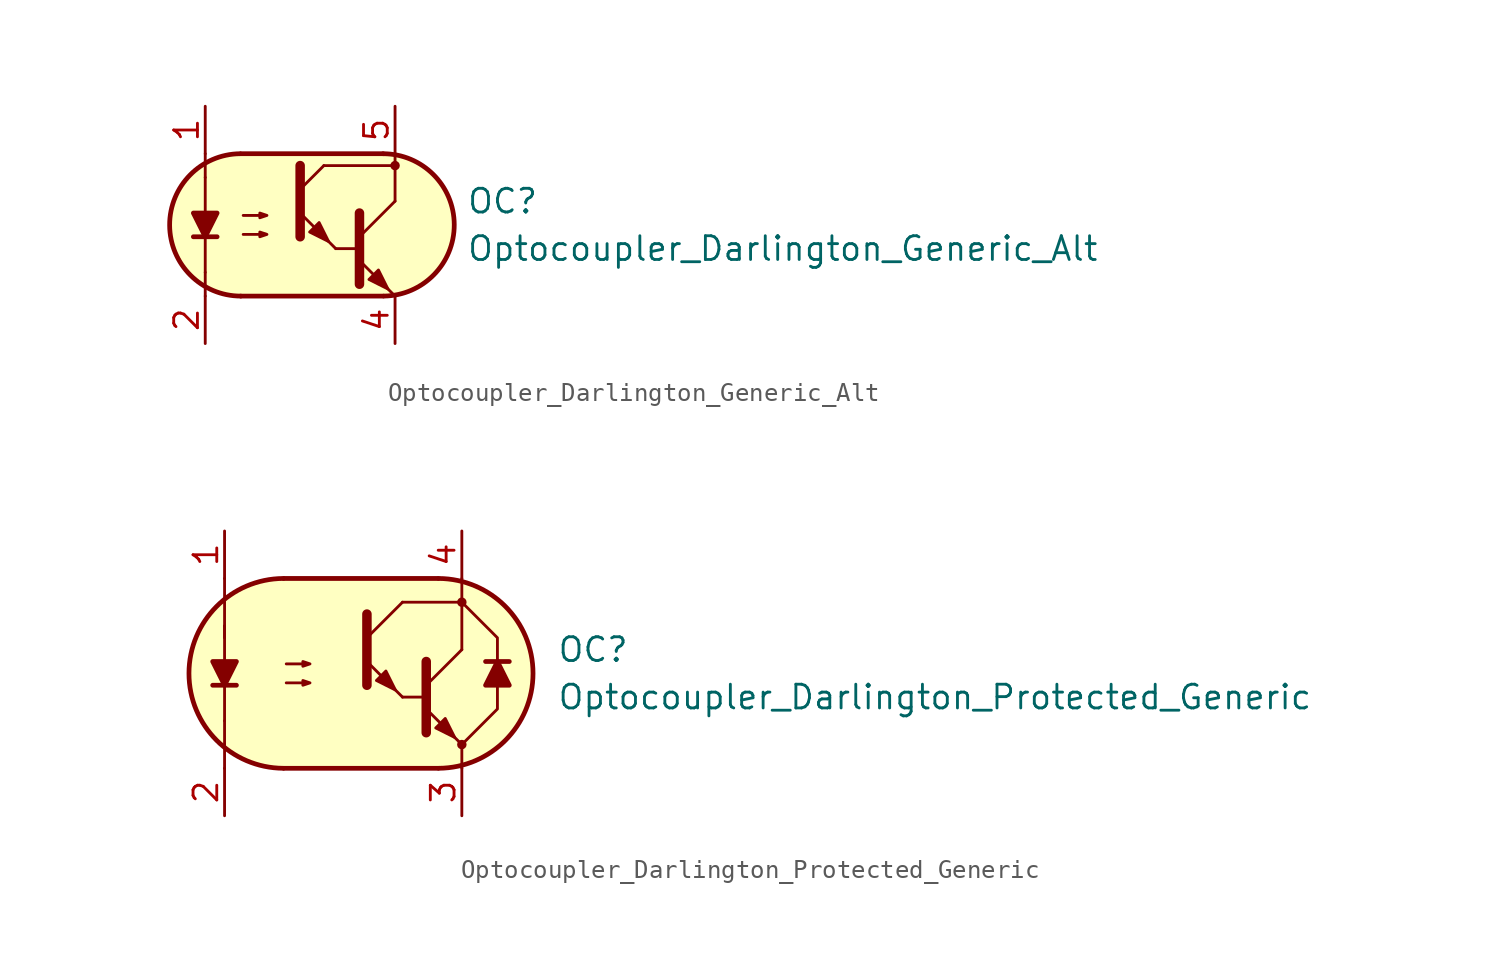
<source format=kicad_sym>
(kicad_symbol_lib
  (version 20211014)
  (generator kicad_symbol_editor)
  (symbol "Optocoupler_AKL:Optocoupler_Darlington_Generic_Alt"
    (pin_names
      (offset 1.016))
    (property "Reference" "OC"
      (at 8.89 1.27 0)
      (effects (font (size 1.27 1.27)) (justify left)))
    (property "Value" "Optocoupler_Darlington_Generic_Alt"
      (at 8.89 -1.27 0)
      (effects (font (size 1.27 1.27)) (justify left)))
    (symbol "Optocoupler_Darlington_Generic_Alt_0_1"
      (arc (start -3.2135 3.8099) (mid -6.9851 -0.016) (end -3.1816 -3.8101) (stroke (width 0.254) (type default) (color 0 0 0 0)) (fill (type none)))
      (polyline (pts (xy -5.08 -2.54) (xy -5.08 -3.81)) (stroke (width 0.152) (type default) (color 0 0 0 0)) (fill (type none)))
      (polyline (pts (xy -5.08 -2.54) (xy -5.08 2.54)) (stroke (width 0.152) (type default) (color 0 0 0 0)) (fill (type none)))
      (polyline (pts (xy -5.08 2.54) (xy -5.08 3.81)) (stroke (width 0.152) (type default) (color 0 0 0 0)) (fill (type none)))
      (polyline (pts (xy -3.175 -3.81) (xy 4.445 -3.81)) (stroke (width 0.254) (type default) (color 0 0 0 0)) (fill (type none)))
      (polyline (pts (xy 1.27 3.175) (xy 5.08 3.175)) (stroke (width 0.152) (type default) (color 0 0 0 0)) (fill (type none)))
      (polyline (pts (xy 1.905 -1.27) (xy 3.175 -1.27)) (stroke (width 0) (type default) (color 0 0 0 0)) (fill (type none)))
      (polyline (pts (xy 3.175 -0.635) (xy 5.08 1.27)) (stroke (width 0) (type default) (color 0 0 0 0)) (fill (type none)))
      (polyline (pts (xy 4.445 3.81) (xy -3.175 3.81)) (stroke (width 0.254) (type default) (color 0 0 0 0)) (fill (type none)))
      (polyline (pts (xy 5.08 -3.81) (xy 3.175 -1.905)) (stroke (width 0) (type default) (color 0 0 0 0)) (fill (type outline)))
      (polyline (pts (xy 5.08 1.27) (xy 5.08 3.81)) (stroke (width 0.152) (type default) (color 0 0 0 0)) (fill (type none)))
      (polyline (pts (xy 3.175 0.635) (xy 3.175 -3.175) (xy 3.175 -3.175)) (stroke (width 0.508) (type default) (color 0 0 0 0)) (fill (type none)))
      (polyline (pts (xy -3.048 -0.508) (xy -1.778 -0.508) (xy -2.159 -0.635) (xy -2.159 -0.381) (xy -1.778 -0.508)) (stroke (width 0) (type default) (color 0 0 0 0)) (fill (type none)))
      (polyline (pts (xy -3.048 0.508) (xy -1.778 0.508) (xy -2.159 0.381) (xy -2.159 0.635) (xy -1.778 0.508)) (stroke (width 0) (type default) (color 0 0 0 0)) (fill (type none)))
      (polyline (pts (xy 3.683 -2.921) (xy 4.191 -2.413) (xy 4.699 -3.429) (xy 3.683 -2.921) (xy 3.683 -2.921)) (stroke (width 0) (type default) (color 0 0 0 0)) (fill (type outline)))
      (polyline (pts (xy 4.445 3.81) (xy -2.921 3.81) (xy -3.302 3.81) (xy -3.556 3.81) (xy -4.191 3.683) (xy -4.826 3.429) (xy -5.334 3.175) (xy -6.223 2.286) (xy -6.858 1.016) (xy -6.985 -0.127) (xy -6.731 -1.27) (xy -6.096 -2.413) (xy -5.08 -3.302) (xy -3.556 -3.81) (xy 4.826 -3.81) (xy 5.842 -3.556) (xy 6.858 -2.921) (xy 7.62 -2.159) (xy 8.001 -1.397) (xy 8.255 -0.127) (xy 8.128 0.889) (xy 7.874 1.651) (xy 7.493 2.286) (xy 6.985 2.794) (xy 6.35 3.302) (xy 5.461 3.683) (xy 4.445 3.81)) (stroke (width 0.01) (type default) (color 0 0 0 0)) (fill (type background)))
      (arc (start 4.4769 -3.81) (mid 8.2485 0.0159) (end 4.445 3.81) (stroke (width 0.254) (type default) (color 0 0 0 0)) (fill (type none))))
    (symbol "Optocoupler_Darlington_Generic_Alt_1_1"
      (polyline (pts (xy -5.715 -0.635) (xy -4.445 -0.635)) (stroke (width 0.254) (type default) (color 0 0 0 0)) (fill (type none)))
      (polyline (pts (xy 0 1.905) (xy 1.27 3.175)) (stroke (width 0) (type default) (color 0 0 0 0)) (fill (type none)))
      (polyline (pts (xy 1.905 -1.27) (xy 0 0.635)) (stroke (width 0) (type default) (color 0 0 0 0)) (fill (type outline)))
      (polyline (pts (xy 0 3.175) (xy 0 -0.635) (xy 0 -0.635)) (stroke (width 0.508) (type default) (color 0 0 0 0)) (fill (type none)))
      (polyline (pts (xy -5.08 -0.635) (xy -5.715 0.635) (xy -4.445 0.635) (xy -5.08 -0.635)) (stroke (width 0.254) (type default) (color 0 0 0 0)) (fill (type outline)))
      (polyline (pts (xy 0.508 -0.381) (xy 1.016 0.127) (xy 1.524 -0.889) (xy 0.508 -0.381) (xy 0.508 -0.381)) (stroke (width 0) (type default) (color 0 0 0 0)) (fill (type outline)))
      (circle (center 5.08 3.175) (radius 0.178) (stroke (width 0)) (stroke (width 0) (type default) (color 0 0 0 0)) (fill (type outline)))
      (pin passive line (at -5.08 6.35 270) (length 2.54) (name "~" (effects (font (size 1.27 1.27)))) (number "1" (effects (font (size 1.27 1.27)))))
      (pin passive line (at -5.08 -6.35 90) (length 2.54) (name "~" (effects (font (size 1.27 1.27)))) (number "2" (effects (font (size 1.27 1.27)))))
      (pin passive line (at 5.08 -6.35 90) (length 2.54) (name "~" (effects (font (size 1.27 1.27)))) (number "4" (effects (font (size 1.27 1.27)))))
      (pin passive line (at 5.08 6.35 270) (length 2.54) (name "~" (effects (font (size 1.27 1.27)))) (number "5" (effects (font (size 1.27 1.27)))))))
  (symbol "Optocoupler_AKL:Optocoupler_Darlington_Protected_Generic"
    (pin_names
      (offset 1.016))
    (property "Reference" "OC"
      (at 10.16 1.27 0)
      (effects (font (size 1.27 1.27)) (justify left)))
    (property "Value" "Optocoupler_Darlington_Protected_Generic"
      (at 10.16 -1.27 0)
      (effects (font (size 1.27 1.27)) (justify left)))
    (symbol "Optocoupler_Darlington_Protected_Generic_0_1"
      (arc (start -4.4769 5.08) (mid -9.5251 0) (end -4.4769 -5.08) (stroke (width 0.254) (type default) (color 0 0 0 0)) (fill (type none)))
      (polyline (pts (xy -7.62 -3.81) (xy -7.62 -5.08)) (stroke (width 0.152) (type default) (color 0 0 0 0)) (fill (type none)))
      (polyline (pts (xy -7.62 -2.54) (xy -7.62 -3.81)) (stroke (width 0.152) (type default) (color 0 0 0 0)) (fill (type none)))
      (polyline (pts (xy -7.62 -2.54) (xy -7.62 2.54)) (stroke (width 0.152) (type default) (color 0 0 0 0)) (fill (type none)))
      (polyline (pts (xy -7.62 1.905) (xy -7.62 2.54)) (stroke (width 0.152) (type default) (color 0 0 0 0)) (fill (type none)))
      (polyline (pts (xy -7.62 2.54) (xy -7.62 3.81)) (stroke (width 0.152) (type default) (color 0 0 0 0)) (fill (type none)))
      (polyline (pts (xy -7.62 3.81) (xy -7.62 5.08)) (stroke (width 0.152) (type default) (color 0 0 0 0)) (fill (type none)))
      (polyline (pts (xy -4.445 -5.08) (xy 3.81 -5.08)) (stroke (width 0.254) (type default) (color 0 0 0 0)) (fill (type none)))
      (polyline (pts (xy 1.905 -1.27) (xy 3.175 -1.27)) (stroke (width 0) (type default) (color 0 0 0 0)) (fill (type none)))
      (polyline (pts (xy 1.905 3.81) (xy 5.08 3.81)) (stroke (width 0.152) (type default) (color 0 0 0 0)) (fill (type none)))
      (polyline (pts (xy 3.175 -0.635) (xy 5.08 1.27)) (stroke (width 0) (type default) (color 0 0 0 0)) (fill (type none)))
      (polyline (pts (xy 3.81 5.08) (xy -4.445 5.08)) (stroke (width 0.254) (type default) (color 0 0 0 0)) (fill (type none)))
      (polyline (pts (xy 5.08 -3.81) (xy 3.175 -1.905)) (stroke (width 0) (type default) (color 0 0 0 0)) (fill (type outline)))
      (polyline (pts (xy 5.08 -3.81) (xy 5.08 -5.08)) (stroke (width 0.152) (type default) (color 0 0 0 0)) (fill (type none)))
      (polyline (pts (xy 5.08 1.27) (xy 5.08 3.81)) (stroke (width 0.152) (type default) (color 0 0 0 0)) (fill (type none)))
      (polyline (pts (xy 5.08 3.81) (xy 5.08 5.08)) (stroke (width 0.152) (type default) (color 0 0 0 0)) (fill (type none)))
      (polyline (pts (xy 7.62 0.635) (xy 6.35 0.635)) (stroke (width 0.254) (type default) (color 0 0 0 0)) (fill (type none)))
      (polyline (pts (xy 3.175 0.635) (xy 3.175 -3.175) (xy 3.175 -3.175)) (stroke (width 0.508) (type default) (color 0 0 0 0)) (fill (type none)))
      (polyline (pts (xy 5.08 -3.81) (xy 6.985 -1.905) (xy 6.985 1.905) (xy 5.08 3.81)) (stroke (width 0.152) (type default) (color 0 0 0 0)) (fill (type none)))
      (polyline (pts (xy 6.985 0.635) (xy 7.62 -0.635) (xy 6.35 -0.635) (xy 6.985 0.635)) (stroke (width 0.254) (type default) (color 0 0 0 0)) (fill (type outline)))
      (polyline (pts (xy -4.318 -0.508) (xy -3.048 -0.508) (xy -3.429 -0.635) (xy -3.429 -0.381) (xy -3.048 -0.508)) (stroke (width 0) (type default) (color 0 0 0 0)) (fill (type none)))
      (polyline (pts (xy -4.318 0.508) (xy -3.048 0.508) (xy -3.429 0.381) (xy -3.429 0.635) (xy -3.048 0.508)) (stroke (width 0) (type default) (color 0 0 0 0)) (fill (type none)))
      (polyline (pts (xy 3.683 -2.921) (xy 4.191 -2.413) (xy 4.699 -3.429) (xy 3.683 -2.921) (xy 3.683 -2.921)) (stroke (width 0) (type default) (color 0 0 0 0)) (fill (type outline)))
      (polyline (pts (xy -4.445 5.08) (xy -5.588 4.953) (xy -6.604 4.572) (xy -7.874 3.81) (xy -8.763 2.794) (xy -9.271 1.524) (xy -9.525 0) (xy -9.271 -1.524) (xy -8.636 -2.794) (xy -8.128 -3.429) (xy -7.112 -4.318) (xy -6.35 -4.699) (xy -5.461 -4.953) (xy -4.445 -5.08) (xy 3.81 -5.08) (xy 5.08 -4.953) (xy 6.35 -4.445) (xy 7.366 -3.683) (xy 8.128 -2.667) (xy 8.636 -1.651) (xy 8.89 -0.381) (xy 8.89 0.635) (xy 8.636 1.651) (xy 8.001 2.921) (xy 6.858 4.064) (xy 5.715 4.699) (xy 4.445 5.08) (xy 3.81 5.08) (xy -4.445 5.08)) (stroke (width 0.01) (type default) (color 0 0 0 0)) (fill (type background)))
      (arc (start 3.8419 -5.08) (mid 8.8901 0) (end 3.8419 5.08) (stroke (width 0.254) (type default) (color 0 0 0 0)) (fill (type none))))
    (symbol "Optocoupler_Darlington_Protected_Generic_1_1"
      (polyline (pts (xy -8.255 -0.635) (xy -6.985 -0.635)) (stroke (width 0.254) (type default) (color 0 0 0 0)) (fill (type none)))
      (polyline (pts (xy 0 1.905) (xy 1.905 3.81)) (stroke (width 0) (type default) (color 0 0 0 0)) (fill (type none)))
      (polyline (pts (xy 1.905 -1.27) (xy 0 0.635)) (stroke (width 0) (type default) (color 0 0 0 0)) (fill (type outline)))
      (polyline (pts (xy 0 3.175) (xy 0 -0.635) (xy 0 -0.635)) (stroke (width 0.508) (type default) (color 0 0 0 0)) (fill (type none)))
      (polyline (pts (xy -7.62 -0.635) (xy -8.255 0.635) (xy -6.985 0.635) (xy -7.62 -0.635)) (stroke (width 0.254) (type default) (color 0 0 0 0)) (fill (type outline)))
      (polyline (pts (xy 0.508 -0.381) (xy 1.016 0.127) (xy 1.524 -0.889) (xy 0.508 -0.381) (xy 0.508 -0.381)) (stroke (width 0) (type default) (color 0 0 0 0)) (fill (type outline)))
      (circle (center 5.08 -3.81) (radius 0.178) (stroke (width 0)) (stroke (width 0) (type default) (color 0 0 0 0)) (fill (type outline)))
      (circle (center 5.08 3.81) (radius 0.178) (stroke (width 0)) (stroke (width 0) (type default) (color 0 0 0 0)) (fill (type outline)))
      (pin passive line (at -7.62 7.62 270) (length 2.54) (name "~" (effects (font (size 1.27 1.27)))) (number "1" (effects (font (size 1.27 1.27)))))
      (pin passive line (at -7.62 -7.62 90) (length 2.54) (name "~" (effects (font (size 1.27 1.27)))) (number "2" (effects (font (size 1.27 1.27)))))
      (pin passive line (at 5.08 -7.62 90) (length 2.54) (name "~" (effects (font (size 1.27 1.27)))) (number "3" (effects (font (size 1.27 1.27)))))
      (pin passive line (at 5.08 7.62 270) (length 2.54) (name "~" (effects (font (size 1.27 1.27)))) (number "4" (effects (font (size 1.27 1.27))))))))
</source>
